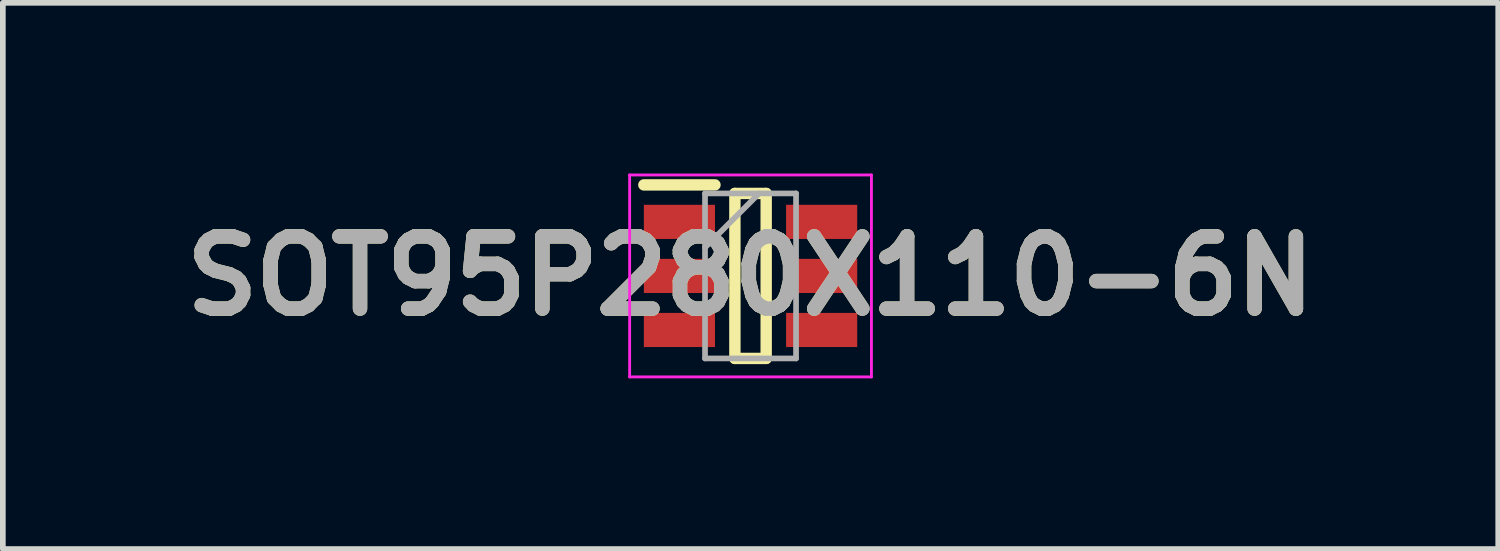
<source format=kicad_pcb>
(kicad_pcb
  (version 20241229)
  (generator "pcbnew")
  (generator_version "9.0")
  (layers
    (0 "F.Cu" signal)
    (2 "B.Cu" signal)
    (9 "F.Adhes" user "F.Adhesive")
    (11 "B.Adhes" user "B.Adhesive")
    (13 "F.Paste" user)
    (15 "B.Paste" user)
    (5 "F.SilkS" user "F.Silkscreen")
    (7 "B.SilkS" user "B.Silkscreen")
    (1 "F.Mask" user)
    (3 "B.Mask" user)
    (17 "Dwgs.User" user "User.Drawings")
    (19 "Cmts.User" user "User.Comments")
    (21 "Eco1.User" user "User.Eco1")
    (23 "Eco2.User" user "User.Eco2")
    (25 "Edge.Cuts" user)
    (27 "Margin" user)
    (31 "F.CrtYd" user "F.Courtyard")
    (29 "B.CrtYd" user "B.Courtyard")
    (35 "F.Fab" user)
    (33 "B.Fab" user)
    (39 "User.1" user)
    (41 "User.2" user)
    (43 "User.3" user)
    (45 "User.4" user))
  (footprint "SOT95P280X110-6N"
    (layer "F.Cu")
    (at 10.142 1.8)
    (property "Reference" "SOT95P280X110-6N" (at 0 0 0) (layer "F.SilkS") (effects (font (size 1.27 1.27) (thickness 0.254))))
    (attr smd)
    (fp_line (start -1.875 -1.6) (end -0.625 -1.6) (stroke (width 0.2) (type solid)) (layer "F.SilkS"))
    (fp_line (start -0.275 -1.45) (end 0.275 -1.45) (stroke (width 0.2) (type solid)) (layer "F.SilkS"))
    (fp_line (start -0.275 1.45) (end -0.275 -1.45) (stroke (width 0.2) (type solid)) (layer "F.SilkS"))
    (fp_line (start 0.275 -1.45) (end 0.275 1.45) (stroke (width 0.2) (type solid)) (layer "F.SilkS"))
    (fp_line (start 0.275 1.45) (end -0.275 1.45) (stroke (width 0.2) (type solid)) (layer "F.SilkS"))
    (fp_line (start -2.125 -1.775) (end 2.125 -1.775) (stroke (width 0.05) (type solid)) (layer "F.CrtYd"))
    (fp_line (start -2.125 1.775) (end -2.125 -1.775) (stroke (width 0.05) (type solid)) (layer "F.CrtYd"))
    (fp_line (start 2.125 -1.775) (end 2.125 1.775) (stroke (width 0.05) (type solid)) (layer "F.CrtYd"))
    (fp_line (start 2.125 1.775) (end -2.125 1.775) (stroke (width 0.05) (type solid)) (layer "F.CrtYd"))
    (fp_line (start -0.8 -1.45) (end 0.8 -1.45) (stroke (width 0.1) (type solid)) (layer "F.Fab"))
    (fp_line (start -0.8 -0.5) (end 0.15 -1.45) (stroke (width 0.1) (type solid)) (layer "F.Fab"))
    (fp_line (start -0.8 1.45) (end -0.8 -1.45) (stroke (width 0.1) (type solid)) (layer "F.Fab"))
    (fp_line (start 0.8 -1.45) (end 0.8 1.45) (stroke (width 0.1) (type solid)) (layer "F.Fab"))
    (fp_line (start 0.8 1.45) (end -0.8 1.45) (stroke (width 0.1) (type solid)) (layer "F.Fab"))
    (fp_text user "${REFERENCE}" (at 0 0 0) (layer "F.Fab") (effects (font (size 1.27 1.27) (thickness 0.254))))
    (pad "1" smd rect (at -1.25 -0.95 90) (size 0.6 1.25) (layers "F.Cu" "F.Mask" "F.Paste"))
    (pad "2" smd rect (at -1.25 0 90) (size 0.6 1.25) (layers "F.Cu" "F.Mask" "F.Paste"))
    (pad "3" smd rect (at -1.25 0.95 90) (size 0.6 1.25) (layers "F.Cu" "F.Mask" "F.Paste"))
    (pad "4" smd rect (at 1.25 0.95 90) (size 0.6 1.25) (layers "F.Cu" "F.Mask" "F.Paste"))
    (pad "5" smd rect (at 1.25 0 90) (size 0.6 1.25) (layers "F.Cu" "F.Mask" "F.Paste"))
    (pad "6" smd rect (at 1.25 -0.95 90) (size 0.6 1.25) (layers "F.Cu" "F.Mask" "F.Paste")))
  (gr_rect
    (start -3 -3)
    (end 23.284 6.6)
    (stroke (width 0.1) (type default))
    (fill no)
    (layer "Edge.Cuts")))
</source>
